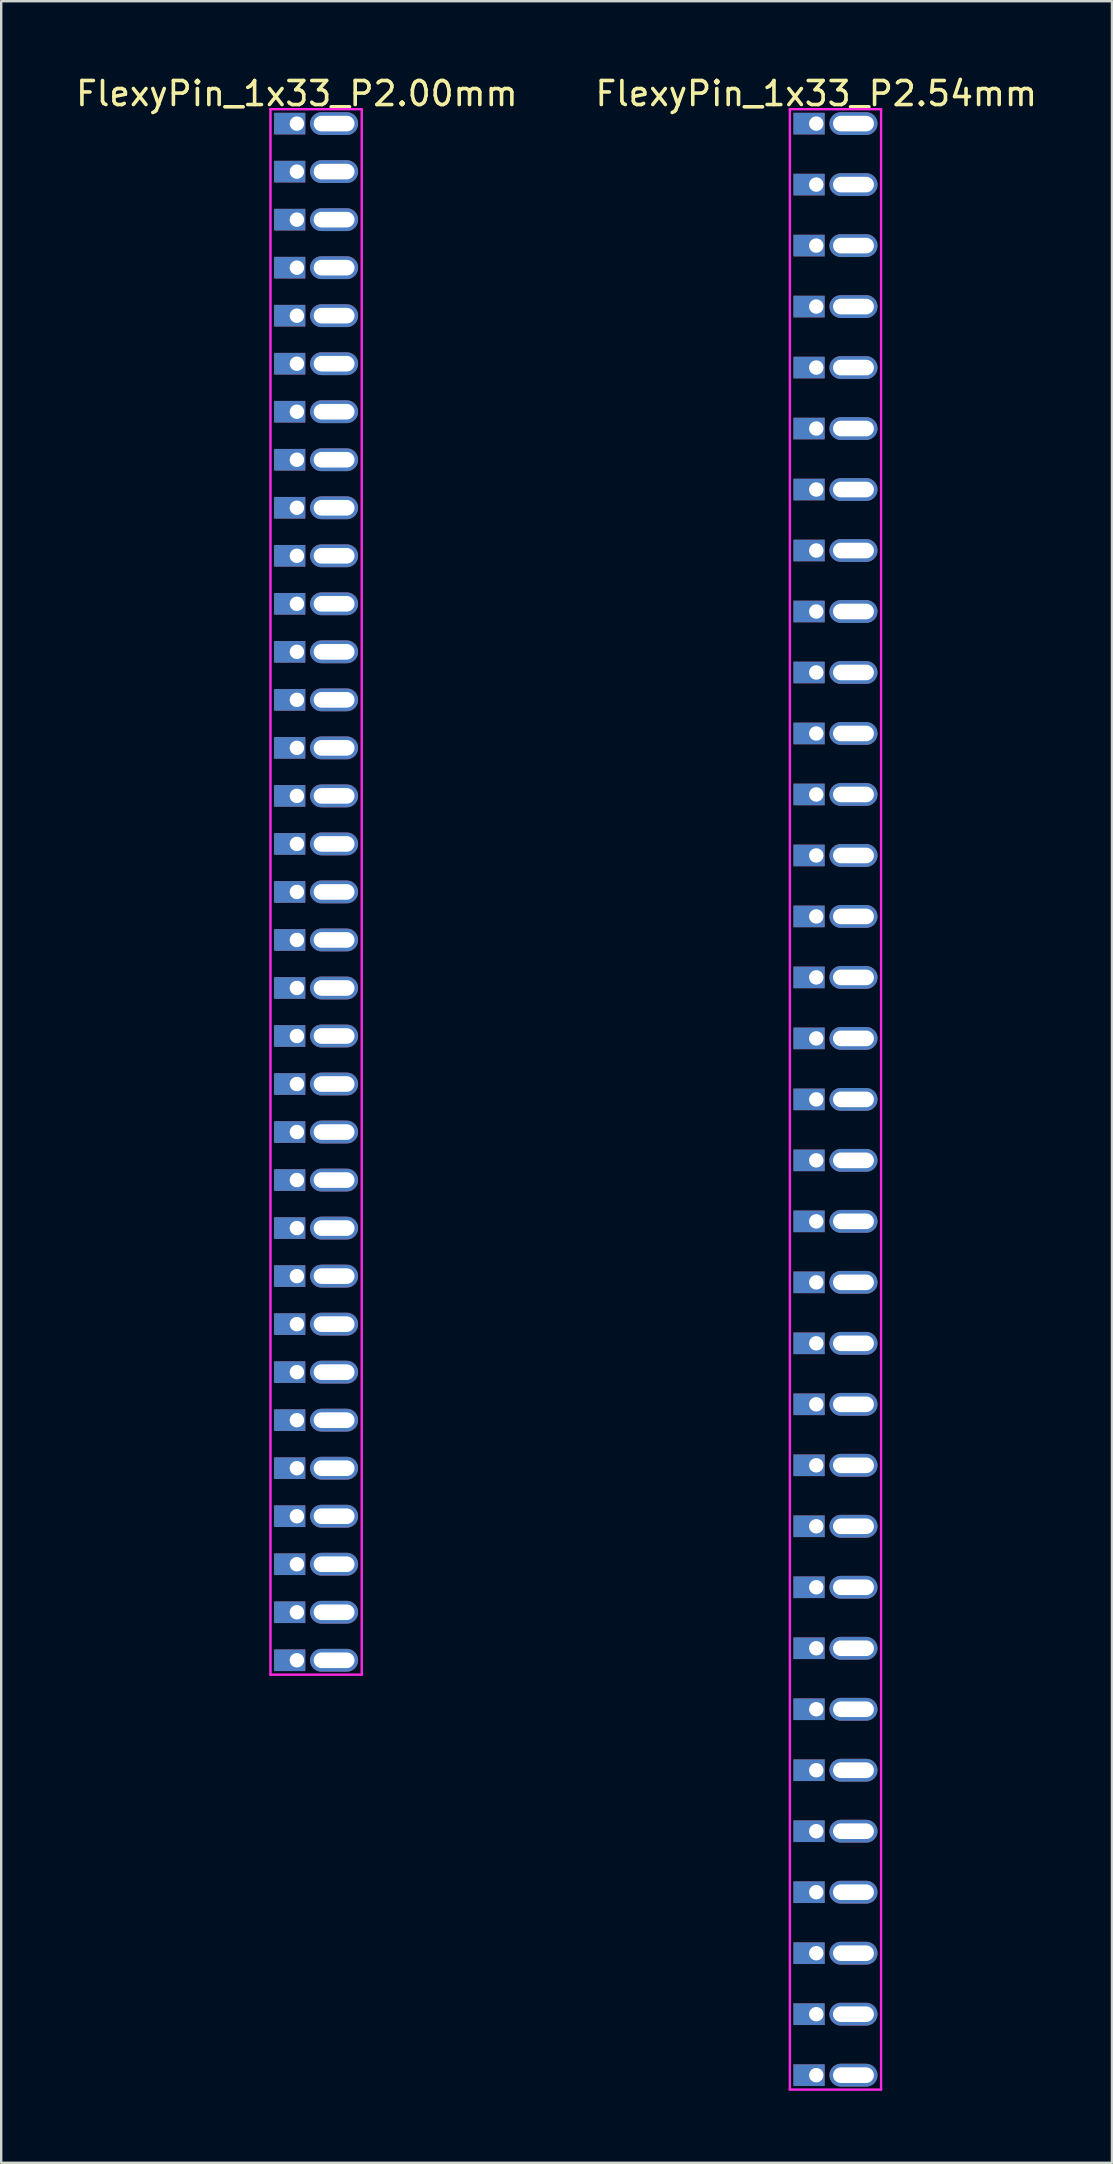
<source format=kicad_pcb>
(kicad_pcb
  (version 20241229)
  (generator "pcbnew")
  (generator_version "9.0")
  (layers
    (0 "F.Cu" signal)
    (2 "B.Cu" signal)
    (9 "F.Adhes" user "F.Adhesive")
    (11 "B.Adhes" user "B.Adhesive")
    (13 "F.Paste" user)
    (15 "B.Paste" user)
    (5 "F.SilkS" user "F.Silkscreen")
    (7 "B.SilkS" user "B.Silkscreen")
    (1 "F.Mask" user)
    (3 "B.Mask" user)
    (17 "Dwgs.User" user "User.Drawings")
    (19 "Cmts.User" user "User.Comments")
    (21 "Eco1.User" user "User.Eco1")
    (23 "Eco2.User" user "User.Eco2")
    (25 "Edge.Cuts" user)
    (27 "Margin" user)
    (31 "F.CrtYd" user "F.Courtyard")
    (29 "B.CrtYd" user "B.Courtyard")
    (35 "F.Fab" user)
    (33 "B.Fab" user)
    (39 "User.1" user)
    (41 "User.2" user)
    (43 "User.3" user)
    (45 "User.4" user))
  (footprint "FlexyPin_1x33_P2.54mm"
    (layer "F.Cu")
    (at 30.946 2.098)
    (property "Reference" "FlexyPin_1x33_P2.54mm" (at 0 -1.25 0) (layer "F.SilkS") (effects (font (size 1 1) (thickness 0.15))))
    (attr through_hole)
    (fp_line (start -1.1 -0.6) (end 2.7 -0.6) (stroke (width 0.1) (type solid)) (layer "F.CrtYd"))
    (fp_line (start -1.1 81.88) (end -1.1 -0.6) (stroke (width 0.1) (type solid)) (layer "F.CrtYd"))
    (fp_line (start 2.7 -0.6) (end 2.7 81.88) (stroke (width 0.1) (type solid)) (layer "F.CrtYd"))
    (fp_line (start 2.7 81.88) (end -1.1 81.88) (stroke (width 0.1) (type solid)) (layer "F.CrtYd"))
    (pad "" thru_hole oval (at 1.55 0) (size 2 0.95) (drill oval 1.7 0.65) (layers "*.Cu" "*.Mask"))
    (pad "" thru_hole oval (at 1.55 2.54) (size 2 0.95) (drill oval 1.7 0.65) (layers "*.Cu" "*.Mask"))
    (pad "" thru_hole oval (at 1.55 5.08) (size 2 0.95) (drill oval 1.7 0.65) (layers "*.Cu" "*.Mask"))
    (pad "" thru_hole oval (at 1.55 7.62) (size 2 0.95) (drill oval 1.7 0.65) (layers "*.Cu" "*.Mask"))
    (pad "" thru_hole oval (at 1.55 10.16) (size 2 0.95) (drill oval 1.7 0.65) (layers "*.Cu" "*.Mask"))
    (pad "" thru_hole oval (at 1.55 12.7) (size 2 0.95) (drill oval 1.7 0.65) (layers "*.Cu" "*.Mask"))
    (pad "" thru_hole oval (at 1.55 15.24) (size 2 0.95) (drill oval 1.7 0.65) (layers "*.Cu" "*.Mask"))
    (pad "" thru_hole oval (at 1.55 17.78) (size 2 0.95) (drill oval 1.7 0.65) (layers "*.Cu" "*.Mask"))
    (pad "" thru_hole oval (at 1.55 20.32) (size 2 0.95) (drill oval 1.7 0.65) (layers "*.Cu" "*.Mask"))
    (pad "" thru_hole oval (at 1.55 22.86) (size 2 0.95) (drill oval 1.7 0.65) (layers "*.Cu" "*.Mask"))
    (pad "" thru_hole oval (at 1.55 25.4) (size 2 0.95) (drill oval 1.7 0.65) (layers "*.Cu" "*.Mask"))
    (pad "" thru_hole oval (at 1.55 27.94) (size 2 0.95) (drill oval 1.7 0.65) (layers "*.Cu" "*.Mask"))
    (pad "" thru_hole oval (at 1.55 30.48) (size 2 0.95) (drill oval 1.7 0.65) (layers "*.Cu" "*.Mask"))
    (pad "" thru_hole oval (at 1.55 33.02) (size 2 0.95) (drill oval 1.7 0.65) (layers "*.Cu" "*.Mask"))
    (pad "" thru_hole oval (at 1.55 35.56) (size 2 0.95) (drill oval 1.7 0.65) (layers "*.Cu" "*.Mask"))
    (pad "" thru_hole oval (at 1.55 38.1) (size 2 0.95) (drill oval 1.7 0.65) (layers "*.Cu" "*.Mask"))
    (pad "" thru_hole oval (at 1.55 40.64) (size 2 0.95) (drill oval 1.7 0.65) (layers "*.Cu" "*.Mask"))
    (pad "" thru_hole oval (at 1.55 43.18) (size 2 0.95) (drill oval 1.7 0.65) (layers "*.Cu" "*.Mask"))
    (pad "" thru_hole oval (at 1.55 45.72) (size 2 0.95) (drill oval 1.7 0.65) (layers "*.Cu" "*.Mask"))
    (pad "" thru_hole oval (at 1.55 48.26) (size 2 0.95) (drill oval 1.7 0.65) (layers "*.Cu" "*.Mask"))
    (pad "" thru_hole oval (at 1.55 50.8) (size 2 0.95) (drill oval 1.7 0.65) (layers "*.Cu" "*.Mask"))
    (pad "" thru_hole oval (at 1.55 53.34) (size 2 0.95) (drill oval 1.7 0.65) (layers "*.Cu" "*.Mask"))
    (pad "" thru_hole oval (at 1.55 55.88) (size 2 0.95) (drill oval 1.7 0.65) (layers "*.Cu" "*.Mask"))
    (pad "" thru_hole oval (at 1.55 58.42) (size 2 0.95) (drill oval 1.7 0.65) (layers "*.Cu" "*.Mask"))
    (pad "" thru_hole oval (at 1.55 60.96) (size 2 0.95) (drill oval 1.7 0.65) (layers "*.Cu" "*.Mask"))
    (pad "" thru_hole oval (at 1.55 63.5) (size 2 0.95) (drill oval 1.7 0.65) (layers "*.Cu" "*.Mask"))
    (pad "" thru_hole oval (at 1.55 66.04) (size 2 0.95) (drill oval 1.7 0.65) (layers "*.Cu" "*.Mask"))
    (pad "" thru_hole oval (at 1.55 68.58) (size 2 0.95) (drill oval 1.7 0.65) (layers "*.Cu" "*.Mask"))
    (pad "" thru_hole oval (at 1.55 71.12) (size 2 0.95) (drill oval 1.7 0.65) (layers "*.Cu" "*.Mask"))
    (pad "" thru_hole oval (at 1.55 73.66) (size 2 0.95) (drill oval 1.7 0.65) (layers "*.Cu" "*.Mask"))
    (pad "" thru_hole oval (at 1.55 76.2) (size 2 0.95) (drill oval 1.7 0.65) (layers "*.Cu" "*.Mask"))
    (pad "" thru_hole oval (at 1.55 78.74) (size 2 0.95) (drill oval 1.7 0.65) (layers "*.Cu" "*.Mask"))
    (pad "" thru_hole oval (at 1.55 81.28) (size 2 0.95) (drill oval 1.7 0.65) (layers "*.Cu" "*.Mask"))
    (pad "1" thru_hole rect (at 0 0) (size 1.3 0.9) (drill 0.6 (offset -0.3 0)) (layers "*.Cu" "*.Mask"))
    (pad "2" thru_hole rect (at 0 2.54) (size 1.3 0.9) (drill 0.6 (offset -0.3 0)) (layers "*.Cu" "*.Mask"))
    (pad "3" thru_hole rect (at 0 5.08) (size 1.3 0.9) (drill 0.6 (offset -0.3 0)) (layers "*.Cu" "*.Mask"))
    (pad "4" thru_hole rect (at 0 7.62) (size 1.3 0.9) (drill 0.6 (offset -0.3 0)) (layers "*.Cu" "*.Mask"))
    (pad "5" thru_hole rect (at 0 10.16) (size 1.3 0.9) (drill 0.6 (offset -0.3 0)) (layers "*.Cu" "*.Mask"))
    (pad "6" thru_hole rect (at 0 12.7) (size 1.3 0.9) (drill 0.6 (offset -0.3 0)) (layers "*.Cu" "*.Mask"))
    (pad "7" thru_hole rect (at 0 15.24) (size 1.3 0.9) (drill 0.6 (offset -0.3 0)) (layers "*.Cu" "*.Mask"))
    (pad "8" thru_hole rect (at 0 17.78) (size 1.3 0.9) (drill 0.6 (offset -0.3 0)) (layers "*.Cu" "*.Mask"))
    (pad "9" thru_hole rect (at 0 20.32) (size 1.3 0.9) (drill 0.6 (offset -0.3 0)) (layers "*.Cu" "*.Mask"))
    (pad "10" thru_hole rect (at 0 22.86) (size 1.3 0.9) (drill 0.6 (offset -0.3 0)) (layers "*.Cu" "*.Mask"))
    (pad "11" thru_hole rect (at 0 25.4) (size 1.3 0.9) (drill 0.6 (offset -0.3 0)) (layers "*.Cu" "*.Mask"))
    (pad "12" thru_hole rect (at 0 27.94) (size 1.3 0.9) (drill 0.6 (offset -0.3 0)) (layers "*.Cu" "*.Mask"))
    (pad "13" thru_hole rect (at 0 30.48) (size 1.3 0.9) (drill 0.6 (offset -0.3 0)) (layers "*.Cu" "*.Mask"))
    (pad "14" thru_hole rect (at 0 33.02) (size 1.3 0.9) (drill 0.6 (offset -0.3 0)) (layers "*.Cu" "*.Mask"))
    (pad "15" thru_hole rect (at 0 35.56) (size 1.3 0.9) (drill 0.6 (offset -0.3 0)) (layers "*.Cu" "*.Mask"))
    (pad "16" thru_hole rect (at 0 38.1) (size 1.3 0.9) (drill 0.6 (offset -0.3 0)) (layers "*.Cu" "*.Mask"))
    (pad "17" thru_hole rect (at 0 40.64) (size 1.3 0.9) (drill 0.6 (offset -0.3 0)) (layers "*.Cu" "*.Mask"))
    (pad "18" thru_hole rect (at 0 43.18) (size 1.3 0.9) (drill 0.6 (offset -0.3 0)) (layers "*.Cu" "*.Mask"))
    (pad "19" thru_hole rect (at 0 45.72) (size 1.3 0.9) (drill 0.6 (offset -0.3 0)) (layers "*.Cu" "*.Mask"))
    (pad "20" thru_hole rect (at 0 48.26) (size 1.3 0.9) (drill 0.6 (offset -0.3 0)) (layers "*.Cu" "*.Mask"))
    (pad "21" thru_hole rect (at 0 50.8) (size 1.3 0.9) (drill 0.6 (offset -0.3 0)) (layers "*.Cu" "*.Mask"))
    (pad "22" thru_hole rect (at 0 53.34) (size 1.3 0.9) (drill 0.6 (offset -0.3 0)) (layers "*.Cu" "*.Mask"))
    (pad "23" thru_hole rect (at 0 55.88) (size 1.3 0.9) (drill 0.6 (offset -0.3 0)) (layers "*.Cu" "*.Mask"))
    (pad "24" thru_hole rect (at 0 58.42) (size 1.3 0.9) (drill 0.6 (offset -0.3 0)) (layers "*.Cu" "*.Mask"))
    (pad "25" thru_hole rect (at 0 60.96) (size 1.3 0.9) (drill 0.6 (offset -0.3 0)) (layers "*.Cu" "*.Mask"))
    (pad "26" thru_hole rect (at 0 63.5) (size 1.3 0.9) (drill 0.6 (offset -0.3 0)) (layers "*.Cu" "*.Mask"))
    (pad "27" thru_hole rect (at 0 66.04) (size 1.3 0.9) (drill 0.6 (offset -0.3 0)) (layers "*.Cu" "*.Mask"))
    (pad "28" thru_hole rect (at 0 68.58) (size 1.3 0.9) (drill 0.6 (offset -0.3 0)) (layers "*.Cu" "*.Mask"))
    (pad "29" thru_hole rect (at 0 71.12) (size 1.3 0.9) (drill 0.6 (offset -0.3 0)) (layers "*.Cu" "*.Mask"))
    (pad "30" thru_hole rect (at 0 73.66) (size 1.3 0.9) (drill 0.6 (offset -0.3 0)) (layers "*.Cu" "*.Mask"))
    (pad "31" thru_hole rect (at 0 76.2) (size 1.3 0.9) (drill 0.6 (offset -0.3 0)) (layers "*.Cu" "*.Mask"))
    (pad "32" thru_hole rect (at 0 78.74) (size 1.3 0.9) (drill 0.6 (offset -0.3 0)) (layers "*.Cu" "*.Mask"))
    (pad "33" thru_hole rect (at 0 81.28) (size 1.3 0.9) (drill 0.6 (offset -0.3 0)) (layers "*.Cu" "*.Mask")))
  (footprint "FlexyPin_1x33_P2.00mm"
    (layer "F.Cu")
    (at 9.315 2.098)
    (property "Reference" "FlexyPin_1x33_P2.00mm" (at 0 -1.25 0) (layer "F.SilkS") (effects (font (size 1 1) (thickness 0.15))))
    (attr through_hole)
    (fp_line (start -1.1 -0.6) (end 2.7 -0.6) (stroke (width 0.1) (type solid)) (layer "F.CrtYd"))
    (fp_line (start -1.1 64.6) (end -1.1 -0.6) (stroke (width 0.1) (type solid)) (layer "F.CrtYd"))
    (fp_line (start 2.7 -0.6) (end 2.7 64.6) (stroke (width 0.1) (type solid)) (layer "F.CrtYd"))
    (fp_line (start 2.7 64.6) (end -1.1 64.6) (stroke (width 0.1) (type solid)) (layer "F.CrtYd"))
    (pad "" thru_hole oval (at 1.55 0) (size 2 0.95) (drill oval 1.7 0.65) (layers "*.Cu" "*.Mask"))
    (pad "" thru_hole oval (at 1.55 2) (size 2 0.95) (drill oval 1.7 0.65) (layers "*.Cu" "*.Mask"))
    (pad "" thru_hole oval (at 1.55 4) (size 2 0.95) (drill oval 1.7 0.65) (layers "*.Cu" "*.Mask"))
    (pad "" thru_hole oval (at 1.55 6) (size 2 0.95) (drill oval 1.7 0.65) (layers "*.Cu" "*.Mask"))
    (pad "" thru_hole oval (at 1.55 8) (size 2 0.95) (drill oval 1.7 0.65) (layers "*.Cu" "*.Mask"))
    (pad "" thru_hole oval (at 1.55 10) (size 2 0.95) (drill oval 1.7 0.65) (layers "*.Cu" "*.Mask"))
    (pad "" thru_hole oval (at 1.55 12) (size 2 0.95) (drill oval 1.7 0.65) (layers "*.Cu" "*.Mask"))
    (pad "" thru_hole oval (at 1.55 14) (size 2 0.95) (drill oval 1.7 0.65) (layers "*.Cu" "*.Mask"))
    (pad "" thru_hole oval (at 1.55 16) (size 2 0.95) (drill oval 1.7 0.65) (layers "*.Cu" "*.Mask"))
    (pad "" thru_hole oval (at 1.55 18) (size 2 0.95) (drill oval 1.7 0.65) (layers "*.Cu" "*.Mask"))
    (pad "" thru_hole oval (at 1.55 20) (size 2 0.95) (drill oval 1.7 0.65) (layers "*.Cu" "*.Mask"))
    (pad "" thru_hole oval (at 1.55 22) (size 2 0.95) (drill oval 1.7 0.65) (layers "*.Cu" "*.Mask"))
    (pad "" thru_hole oval (at 1.55 24) (size 2 0.95) (drill oval 1.7 0.65) (layers "*.Cu" "*.Mask"))
    (pad "" thru_hole oval (at 1.55 26) (size 2 0.95) (drill oval 1.7 0.65) (layers "*.Cu" "*.Mask"))
    (pad "" thru_hole oval (at 1.55 28) (size 2 0.95) (drill oval 1.7 0.65) (layers "*.Cu" "*.Mask"))
    (pad "" thru_hole oval (at 1.55 30) (size 2 0.95) (drill oval 1.7 0.65) (layers "*.Cu" "*.Mask"))
    (pad "" thru_hole oval (at 1.55 32) (size 2 0.95) (drill oval 1.7 0.65) (layers "*.Cu" "*.Mask"))
    (pad "" thru_hole oval (at 1.55 34) (size 2 0.95) (drill oval 1.7 0.65) (layers "*.Cu" "*.Mask"))
    (pad "" thru_hole oval (at 1.55 36) (size 2 0.95) (drill oval 1.7 0.65) (layers "*.Cu" "*.Mask"))
    (pad "" thru_hole oval (at 1.55 38) (size 2 0.95) (drill oval 1.7 0.65) (layers "*.Cu" "*.Mask"))
    (pad "" thru_hole oval (at 1.55 40) (size 2 0.95) (drill oval 1.7 0.65) (layers "*.Cu" "*.Mask"))
    (pad "" thru_hole oval (at 1.55 42) (size 2 0.95) (drill oval 1.7 0.65) (layers "*.Cu" "*.Mask"))
    (pad "" thru_hole oval (at 1.55 44) (size 2 0.95) (drill oval 1.7 0.65) (layers "*.Cu" "*.Mask"))
    (pad "" thru_hole oval (at 1.55 46) (size 2 0.95) (drill oval 1.7 0.65) (layers "*.Cu" "*.Mask"))
    (pad "" thru_hole oval (at 1.55 48) (size 2 0.95) (drill oval 1.7 0.65) (layers "*.Cu" "*.Mask"))
    (pad "" thru_hole oval (at 1.55 50) (size 2 0.95) (drill oval 1.7 0.65) (layers "*.Cu" "*.Mask"))
    (pad "" thru_hole oval (at 1.55 52) (size 2 0.95) (drill oval 1.7 0.65) (layers "*.Cu" "*.Mask"))
    (pad "" thru_hole oval (at 1.55 54) (size 2 0.95) (drill oval 1.7 0.65) (layers "*.Cu" "*.Mask"))
    (pad "" thru_hole oval (at 1.55 56) (size 2 0.95) (drill oval 1.7 0.65) (layers "*.Cu" "*.Mask"))
    (pad "" thru_hole oval (at 1.55 58) (size 2 0.95) (drill oval 1.7 0.65) (layers "*.Cu" "*.Mask"))
    (pad "" thru_hole oval (at 1.55 60) (size 2 0.95) (drill oval 1.7 0.65) (layers "*.Cu" "*.Mask"))
    (pad "" thru_hole oval (at 1.55 62) (size 2 0.95) (drill oval 1.7 0.65) (layers "*.Cu" "*.Mask"))
    (pad "" thru_hole oval (at 1.55 64) (size 2 0.95) (drill oval 1.7 0.65) (layers "*.Cu" "*.Mask"))
    (pad "1" thru_hole rect (at 0 0) (size 1.3 0.9) (drill 0.6 (offset -0.3 0)) (layers "*.Cu" "*.Mask"))
    (pad "2" thru_hole rect (at 0 2) (size 1.3 0.9) (drill 0.6 (offset -0.3 0)) (layers "*.Cu" "*.Mask"))
    (pad "3" thru_hole rect (at 0 4) (size 1.3 0.9) (drill 0.6 (offset -0.3 0)) (layers "*.Cu" "*.Mask"))
    (pad "4" thru_hole rect (at 0 6) (size 1.3 0.9) (drill 0.6 (offset -0.3 0)) (layers "*.Cu" "*.Mask"))
    (pad "5" thru_hole rect (at 0 8) (size 1.3 0.9) (drill 0.6 (offset -0.3 0)) (layers "*.Cu" "*.Mask"))
    (pad "6" thru_hole rect (at 0 10) (size 1.3 0.9) (drill 0.6 (offset -0.3 0)) (layers "*.Cu" "*.Mask"))
    (pad "7" thru_hole rect (at 0 12) (size 1.3 0.9) (drill 0.6 (offset -0.3 0)) (layers "*.Cu" "*.Mask"))
    (pad "8" thru_hole rect (at 0 14) (size 1.3 0.9) (drill 0.6 (offset -0.3 0)) (layers "*.Cu" "*.Mask"))
    (pad "9" thru_hole rect (at 0 16) (size 1.3 0.9) (drill 0.6 (offset -0.3 0)) (layers "*.Cu" "*.Mask"))
    (pad "10" thru_hole rect (at 0 18) (size 1.3 0.9) (drill 0.6 (offset -0.3 0)) (layers "*.Cu" "*.Mask"))
    (pad "11" thru_hole rect (at 0 20) (size 1.3 0.9) (drill 0.6 (offset -0.3 0)) (layers "*.Cu" "*.Mask"))
    (pad "12" thru_hole rect (at 0 22) (size 1.3 0.9) (drill 0.6 (offset -0.3 0)) (layers "*.Cu" "*.Mask"))
    (pad "13" thru_hole rect (at 0 24) (size 1.3 0.9) (drill 0.6 (offset -0.3 0)) (layers "*.Cu" "*.Mask"))
    (pad "14" thru_hole rect (at 0 26) (size 1.3 0.9) (drill 0.6 (offset -0.3 0)) (layers "*.Cu" "*.Mask"))
    (pad "15" thru_hole rect (at 0 28) (size 1.3 0.9) (drill 0.6 (offset -0.3 0)) (layers "*.Cu" "*.Mask"))
    (pad "16" thru_hole rect (at 0 30) (size 1.3 0.9) (drill 0.6 (offset -0.3 0)) (layers "*.Cu" "*.Mask"))
    (pad "17" thru_hole rect (at 0 32) (size 1.3 0.9) (drill 0.6 (offset -0.3 0)) (layers "*.Cu" "*.Mask"))
    (pad "18" thru_hole rect (at 0 34) (size 1.3 0.9) (drill 0.6 (offset -0.3 0)) (layers "*.Cu" "*.Mask"))
    (pad "19" thru_hole rect (at 0 36) (size 1.3 0.9) (drill 0.6 (offset -0.3 0)) (layers "*.Cu" "*.Mask"))
    (pad "20" thru_hole rect (at 0 38) (size 1.3 0.9) (drill 0.6 (offset -0.3 0)) (layers "*.Cu" "*.Mask"))
    (pad "21" thru_hole rect (at 0 40) (size 1.3 0.9) (drill 0.6 (offset -0.3 0)) (layers "*.Cu" "*.Mask"))
    (pad "22" thru_hole rect (at 0 42) (size 1.3 0.9) (drill 0.6 (offset -0.3 0)) (layers "*.Cu" "*.Mask"))
    (pad "23" thru_hole rect (at 0 44) (size 1.3 0.9) (drill 0.6 (offset -0.3 0)) (layers "*.Cu" "*.Mask"))
    (pad "24" thru_hole rect (at 0 46) (size 1.3 0.9) (drill 0.6 (offset -0.3 0)) (layers "*.Cu" "*.Mask"))
    (pad "25" thru_hole rect (at 0 48) (size 1.3 0.9) (drill 0.6 (offset -0.3 0)) (layers "*.Cu" "*.Mask"))
    (pad "26" thru_hole rect (at 0 50) (size 1.3 0.9) (drill 0.6 (offset -0.3 0)) (layers "*.Cu" "*.Mask"))
    (pad "27" thru_hole rect (at 0 52) (size 1.3 0.9) (drill 0.6 (offset -0.3 0)) (layers "*.Cu" "*.Mask"))
    (pad "28" thru_hole rect (at 0 54) (size 1.3 0.9) (drill 0.6 (offset -0.3 0)) (layers "*.Cu" "*.Mask"))
    (pad "29" thru_hole rect (at 0 56) (size 1.3 0.9) (drill 0.6 (offset -0.3 0)) (layers "*.Cu" "*.Mask"))
    (pad "30" thru_hole rect (at 0 58) (size 1.3 0.9) (drill 0.6 (offset -0.3 0)) (layers "*.Cu" "*.Mask"))
    (pad "31" thru_hole rect (at 0 60) (size 1.3 0.9) (drill 0.6 (offset -0.3 0)) (layers "*.Cu" "*.Mask"))
    (pad "32" thru_hole rect (at 0 62) (size 1.3 0.9) (drill 0.6 (offset -0.3 0)) (layers "*.Cu" "*.Mask"))
    (pad "33" thru_hole rect (at 0 64) (size 1.3 0.9) (drill 0.6 (offset -0.3 0)) (layers "*.Cu" "*.Mask")))
  (gr_rect
    (start -3 -3)
    (end 43.262 87.028)
    (stroke (width 0.1) (type default))
    (fill no)
    (layer "Edge.Cuts")))
</source>
